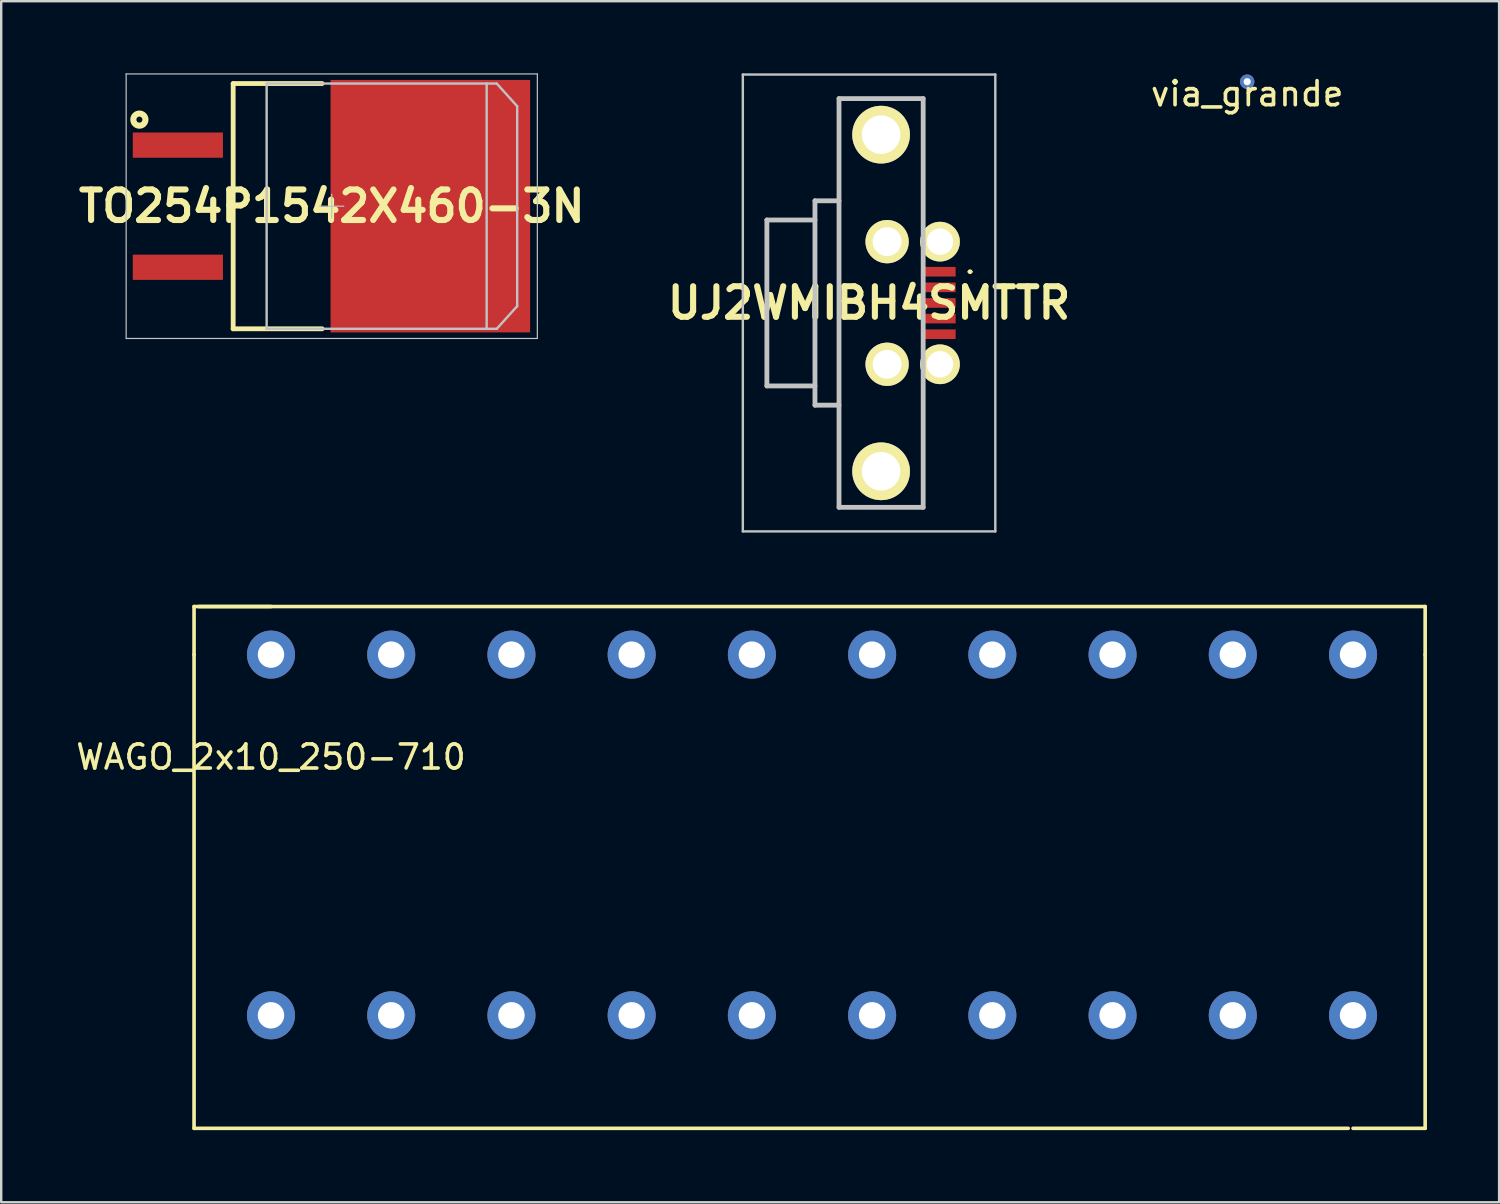
<source format=kicad_pcb>
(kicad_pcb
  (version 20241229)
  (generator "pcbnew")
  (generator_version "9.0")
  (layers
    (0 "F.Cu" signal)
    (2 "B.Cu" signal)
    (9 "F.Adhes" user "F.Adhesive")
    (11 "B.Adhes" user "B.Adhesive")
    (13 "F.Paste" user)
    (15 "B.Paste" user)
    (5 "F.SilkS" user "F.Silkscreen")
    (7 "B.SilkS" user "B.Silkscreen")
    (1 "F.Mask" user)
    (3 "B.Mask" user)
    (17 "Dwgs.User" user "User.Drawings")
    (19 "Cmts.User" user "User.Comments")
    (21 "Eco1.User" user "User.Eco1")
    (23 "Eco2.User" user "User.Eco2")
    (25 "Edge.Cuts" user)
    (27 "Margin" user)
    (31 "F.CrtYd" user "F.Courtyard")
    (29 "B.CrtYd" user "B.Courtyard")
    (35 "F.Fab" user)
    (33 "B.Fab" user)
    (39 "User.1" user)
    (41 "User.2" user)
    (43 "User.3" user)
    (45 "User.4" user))
  (footprint "WAGO_2x10_250-710"
    (layer "F.Cu")
    (at 8.22 24.175)
    (property "Reference" "WAGO_2x10_250-710" (at 0 4.26 0) (layer "F.SilkS") (effects (font (size 1 1) (thickness 0.15))))
    (attr through_hole)
    (fp_line (start -3.2 -2) (end 0 -2) (stroke (width 0.15) (type solid)) (layer "F.SilkS"))
    (fp_line (start -3.2 0) (end -3.2 -2) (stroke (width 0.15) (type solid)) (layer "F.SilkS"))
    (fp_line (start -3.2 0) (end -3.2 19.7) (stroke (width 0.15) (type solid)) (layer "F.SilkS"))
    (fp_line (start -3.2 19.7) (end 44.8 19.7) (stroke (width 0.15) (type solid)) (layer "F.SilkS"))
    (fp_line (start 45 19.7) (end 48 19.7) (stroke (width 0.15) (type solid)) (layer "F.SilkS"))
    (fp_line (start 48 -2) (end -3 -2) (stroke (width 0.15) (type solid)) (layer "F.SilkS"))
    (fp_line (start 48 0) (end 48 -2) (stroke (width 0.15) (type solid)) (layer "F.SilkS"))
    (fp_line (start 48 19.7) (end 48 0) (stroke (width 0.15) (type solid)) (layer "F.SilkS"))
    (pad "1" thru_hole circle (at 0 0 180) (size 2 2) (drill 1.1) (layers "*.Cu" "*.Mask"))
    (pad "1" thru_hole circle (at 0 15 180) (size 2 2) (drill 1.1) (layers "*.Cu" "*.Mask"))
    (pad "2" thru_hole circle (at 5 0 180) (size 2 2) (drill 1.1) (layers "*.Cu" "*.Mask"))
    (pad "2" thru_hole circle (at 5 15 180) (size 2 2) (drill 1.1) (layers "*.Cu" "*.Mask"))
    (pad "3" thru_hole circle (at 10 0 180) (size 2 2) (drill 1.1) (layers "*.Cu" "*.Mask"))
    (pad "3" thru_hole circle (at 10 15 180) (size 2 2) (drill 1.1) (layers "*.Cu" "*.Mask"))
    (pad "4" thru_hole circle (at 15 0 180) (size 2 2) (drill 1.1) (layers "*.Cu" "*.Mask"))
    (pad "4" thru_hole circle (at 15 15 180) (size 2 2) (drill 1.1) (layers "*.Cu" "*.Mask"))
    (pad "5" thru_hole circle (at 20 0 180) (size 2 2) (drill 1.1) (layers "*.Cu" "*.Mask"))
    (pad "5" thru_hole circle (at 20 15 180) (size 2 2) (drill 1.1) (layers "*.Cu" "*.Mask"))
    (pad "6" thru_hole circle (at 25 0 180) (size 2 2) (drill 1.1) (layers "*.Cu" "*.Mask"))
    (pad "6" thru_hole circle (at 25 15 180) (size 2 2) (drill 1.1) (layers "*.Cu" "*.Mask"))
    (pad "7" thru_hole circle (at 30 0 180) (size 2 2) (drill 1.1) (layers "*.Cu" "*.Mask"))
    (pad "7" thru_hole circle (at 30 15 180) (size 2 2) (drill 1.1) (layers "*.Cu" "*.Mask"))
    (pad "8" thru_hole circle (at 35 0 180) (size 2 2) (drill 1.1) (layers "*.Cu" "*.Mask"))
    (pad "8" thru_hole circle (at 35 15 180) (size 2 2) (drill 1.1) (layers "*.Cu" "*.Mask"))
    (pad "9" thru_hole circle (at 40 0 180) (size 2 2) (drill 1.1) (layers "*.Cu" "*.Mask"))
    (pad "9" thru_hole circle (at 40 15 180) (size 2 2) (drill 1.1) (layers "*.Cu" "*.Mask"))
    (pad "10" thru_hole circle (at 45 0 180) (size 2 2) (drill 1.1) (layers "*.Cu" "*.Mask"))
    (pad "10" thru_hole circle (at 45 15 180) (size 2 2) (drill 1.1) (layers "*.Cu" "*.Mask")))
  (footprint "TO254P1542X460-3N"
    (layer "F.Cu")
    (at 10.747 5.525)
    (property "Reference" "TO254P1542X460-3N" (at 0 0 0) (layer "F.SilkS") (effects (font (size 1.27 1.27) (thickness 0.254))))
    (attr smd)
    (fp_line (start -4.1 -5.1) (end -0.4 -5.1) (stroke (width 0.2) (type solid)) (layer "F.SilkS"))
    (fp_line (start -4.1 5.1) (end -4.1 -5.1) (stroke (width 0.2) (type solid)) (layer "F.SilkS"))
    (fp_line (start -0.4 5.1) (end -4.1 5.1) (stroke (width 0.2) (type solid)) (layer "F.SilkS"))
    (fp_circle (center -8 -3.6) (end -8.125 -3.6) (stroke (width 0.254) (type solid)) (fill no) (layer "F.SilkS"))
    (fp_line (start -8.55 -5.5) (end -8.55 5.5) (stroke (width 0.05) (type solid)) (layer "Dwgs.User"))
    (fp_line (start -8.55 5.5) (end 8.55 5.5) (stroke (width 0.05) (type solid)) (layer "Dwgs.User"))
    (fp_line (start -2.808 -5.2) (end -2.808 5.2) (stroke (width 0.001) (type solid)) (layer "Dwgs.User"))
    (fp_line (start -2.808 5.2) (end 6.542 5.2) (stroke (width 0.001) (type solid)) (layer "Dwgs.User"))
    (fp_line (start -2.708 -5.1) (end -2.708 5.1) (stroke (width 0.1) (type solid)) (layer "Dwgs.User"))
    (fp_line (start -2.708 5.1) (end 6.442 5.1) (stroke (width 0.1) (type solid)) (layer "Dwgs.User"))
    (fp_line (start -0.5 0) (end 0.5 0) (stroke (width 0.05) (type solid)) (layer "Dwgs.User"))
    (fp_line (start 0 0.5) (end 0 -0.5) (stroke (width 0.05) (type solid)) (layer "Dwgs.User"))
    (fp_line (start 6.442 -5.1) (end -2.708 -5.1) (stroke (width 0.1) (type solid)) (layer "Dwgs.User"))
    (fp_line (start 6.442 5.1) (end 6.442 -5.1) (stroke (width 0.1) (type solid)) (layer "Dwgs.User"))
    (fp_line (start 6.442 5.1) (end 6.861 5.1) (stroke (width 0.1) (type solid)) (layer "Dwgs.User"))
    (fp_line (start 6.542 -5.2) (end -2.808 -5.2) (stroke (width 0.001) (type solid)) (layer "Dwgs.User"))
    (fp_line (start 6.542 5.2) (end 6.542 -5.2) (stroke (width 0.001) (type solid)) (layer "Dwgs.User"))
    (fp_line (start 6.861 -5.1) (end 6.442 -5.1) (stroke (width 0.1) (type solid)) (layer "Dwgs.User"))
    (fp_line (start 6.861 5.1) (end 7.712 4.157) (stroke (width 0.1) (type solid)) (layer "Dwgs.User"))
    (fp_line (start 7.712 -4.157) (end 6.861 -5.1) (stroke (width 0.1) (type solid)) (layer "Dwgs.User"))
    (fp_line (start 7.712 4.157) (end 7.712 -4.157) (stroke (width 0.1) (type solid)) (layer "Dwgs.User"))
    (fp_line (start 8.55 -5.5) (end -8.55 -5.5) (stroke (width 0.05) (type solid)) (layer "Dwgs.User"))
    (fp_line (start 8.55 5.5) (end 8.55 -5.5) (stroke (width 0.05) (type solid)) (layer "Dwgs.User"))
    (pad "1" smd rect (at -6.4 -2.54 90) (size 1.05 3.75) (layers "F.Cu" "F.Mask" "F.Paste"))
    (pad "3" smd rect (at -6.4 2.54 90) (size 1.05 3.75) (layers "F.Cu" "F.Mask" "F.Paste"))
    (pad "4" smd rect (at 4.1 0) (size 8.3 10.5) (layers "F.Cu" "F.Mask" "F.Paste")))
  (footprint "via_grande"
    (layer "F.Cu")
    (at 48.818 0.348)
    (property "Reference" "via_grande" (at 0 0.5 0) (layer "F.SilkS") (effects (font (size 1 1) (thickness 0.15))))
    (attr through_hole)
    (pad "1" thru_hole circle (at 0 0) (size 0.6 0.6) (drill 0.3) (layers "*.Cu")))
  (footprint "UJ2WMIBH4SMTTR"
    (layer "F.Cu")
    (at 33.093 9.55)
    (property "Reference" "UJ2WMIBH4SMTTR" (at 0 0 0) (layer "F.SilkS") (effects (font (size 1.27 1.27) (thickness 0.254))))
    (attr through_hole)
    (fp_line (start -4.25 -3.45) (end -2.25 -3.45) (stroke (width 0.1) (type solid)) (layer "F.SilkS"))
    (fp_line (start -4.25 3.45) (end -4.25 -3.45) (stroke (width 0.1) (type solid)) (layer "F.SilkS"))
    (fp_line (start -2.25 -4.25) (end -1.25 -4.25) (stroke (width 0.1) (type solid)) (layer "F.SilkS"))
    (fp_line (start -2.25 -3.45) (end -2.25 -4.25) (stroke (width 0.1) (type solid)) (layer "F.SilkS"))
    (fp_line (start -2.25 3.45) (end -4.25 3.45) (stroke (width 0.1) (type solid)) (layer "F.SilkS"))
    (fp_line (start -2.25 4.25) (end -2.25 3.45) (stroke (width 0.1) (type solid)) (layer "F.SilkS"))
    (fp_line (start -1.25 -8.5) (end 2.25 -8.5) (stroke (width 0.1) (type solid)) (layer "F.SilkS"))
    (fp_line (start -1.25 -4.25) (end -1.25 -8.5) (stroke (width 0.1) (type solid)) (layer "F.SilkS"))
    (fp_line (start -1.25 4.25) (end -2.25 4.25) (stroke (width 0.1) (type solid)) (layer "F.SilkS"))
    (fp_line (start -1.25 8.5) (end -1.25 4.25) (stroke (width 0.1) (type solid)) (layer "F.SilkS"))
    (fp_line (start 2.25 -8.5) (end 2.25 -4) (stroke (width 0.1) (type solid)) (layer "F.SilkS"))
    (fp_line (start 2.25 -4) (end 2.25 -4) (stroke (width 0.1) (type solid)) (layer "F.SilkS"))
    (fp_line (start 2.25 4) (end 2.25 8.5) (stroke (width 0.1) (type solid)) (layer "F.SilkS"))
    (fp_line (start 2.25 8.5) (end -1.25 8.5) (stroke (width 0.1) (type solid)) (layer "F.SilkS"))
    (fp_line (start 4.15 -1.3) (end 4.15 -1.3) (stroke (width 0.1) (type solid)) (layer "F.SilkS"))
    (fp_line (start 4.25 -1.3) (end 4.25 -1.3) (stroke (width 0.1) (type solid)) (layer "F.SilkS"))
    (fp_arc (start 4.15 -1.3) (mid 4.2 -1.35) (end 4.25 -1.3) (stroke (width 0.1) (type solid)) (layer "F.SilkS"))
    (fp_arc (start 4.25 -1.3) (mid 4.2 -1.25) (end 4.15 -1.3) (stroke (width 0.1) (type solid)) (layer "F.SilkS"))
    (fp_line (start -5.25 -9.5) (end 5.25 -9.5) (stroke (width 0.1) (type solid)) (layer "Dwgs.User"))
    (fp_line (start -5.25 9.5) (end -5.25 -9.5) (stroke (width 0.1) (type solid)) (layer "Dwgs.User"))
    (fp_line (start -4.25 -3.45) (end -2.25 -3.45) (stroke (width 0.2) (type solid)) (layer "Dwgs.User"))
    (fp_line (start -4.25 3.45) (end -4.25 -3.45) (stroke (width 0.2) (type solid)) (layer "Dwgs.User"))
    (fp_line (start -2.25 -4.25) (end -2.25 4.25) (stroke (width 0.2) (type solid)) (layer "Dwgs.User"))
    (fp_line (start -2.25 3.45) (end -4.25 3.45) (stroke (width 0.2) (type solid)) (layer "Dwgs.User"))
    (fp_line (start -2.25 4.25) (end -1.25 4.25) (stroke (width 0.2) (type solid)) (layer "Dwgs.User"))
    (fp_line (start -1.25 -8.5) (end 2.25 -8.5) (stroke (width 0.2) (type solid)) (layer "Dwgs.User"))
    (fp_line (start -1.25 -4.25) (end -2.25 -4.25) (stroke (width 0.2) (type solid)) (layer "Dwgs.User"))
    (fp_line (start -1.25 8.5) (end -1.25 -8.5) (stroke (width 0.2) (type solid)) (layer "Dwgs.User"))
    (fp_line (start 2.25 -8.5) (end 2.25 8.5) (stroke (width 0.2) (type solid)) (layer "Dwgs.User"))
    (fp_line (start 2.25 8.5) (end -1.25 8.5) (stroke (width 0.2) (type solid)) (layer "Dwgs.User"))
    (fp_line (start 5.25 -9.5) (end 5.25 9.5) (stroke (width 0.1) (type solid)) (layer "Dwgs.User"))
    (fp_line (start 5.25 9.5) (end -5.25 9.5) (stroke (width 0.1) (type solid)) (layer "Dwgs.User"))
    (pad "1" smd rect (at 2.95 -1.3 90) (size 0.4 1.3) (layers "F.Cu" "F.Mask" "F.Paste"))
    (pad "2" smd rect (at 2.95 -0.65 90) (size 0.4 1.3) (layers "F.Cu" "F.Mask" "F.Paste"))
    (pad "3" smd rect (at 2.95 0 90) (size 0.4 1.3) (layers "F.Cu" "F.Mask" "F.Paste"))
    (pad "4" smd rect (at 2.95 0.65 90) (size 0.4 1.3) (layers "F.Cu" "F.Mask" "F.Paste"))
    (pad "5" smd rect (at 2.95 1.3 90) (size 0.4 1.3) (layers "F.Cu" "F.Mask" "F.Paste"))
    (pad "6" thru_hole circle (at 2.95 2.55 90) (size 1.65 1.65) (drill 1.1) (layers "*.Cu" "*.Mask" "F.SilkS"))
    (pad "7" thru_hole circle (at 2.95 -2.55 90) (size 1.65 1.65) (drill 1.1) (layers "*.Cu" "*.Mask" "F.SilkS"))
    (pad "8" thru_hole circle (at 0.75 2.55 90) (size 1.8 1.8) (drill 1.2) (layers "*.Cu" "*.Mask" "F.SilkS"))
    (pad "9" thru_hole circle (at 0.75 -2.55 90) (size 1.8 1.8) (drill 1.2) (layers "*.Cu" "*.Mask" "F.SilkS"))
    (pad "10" thru_hole circle (at 0.5 -7 90) (size 2.4 2.4) (drill 1.6) (layers "*.Cu" "*.Mask" "F.SilkS"))
    (pad "11" thru_hole circle (at 0.5 7 90) (size 2.4 2.4) (drill 1.6) (layers "*.Cu" "*.Mask" "F.SilkS")))
  (gr_rect
    (start -3 -3)
    (end 59.295 46.95)
    (stroke (width 0.1) (type default))
    (fill no)
    (layer "Edge.Cuts")))
</source>
